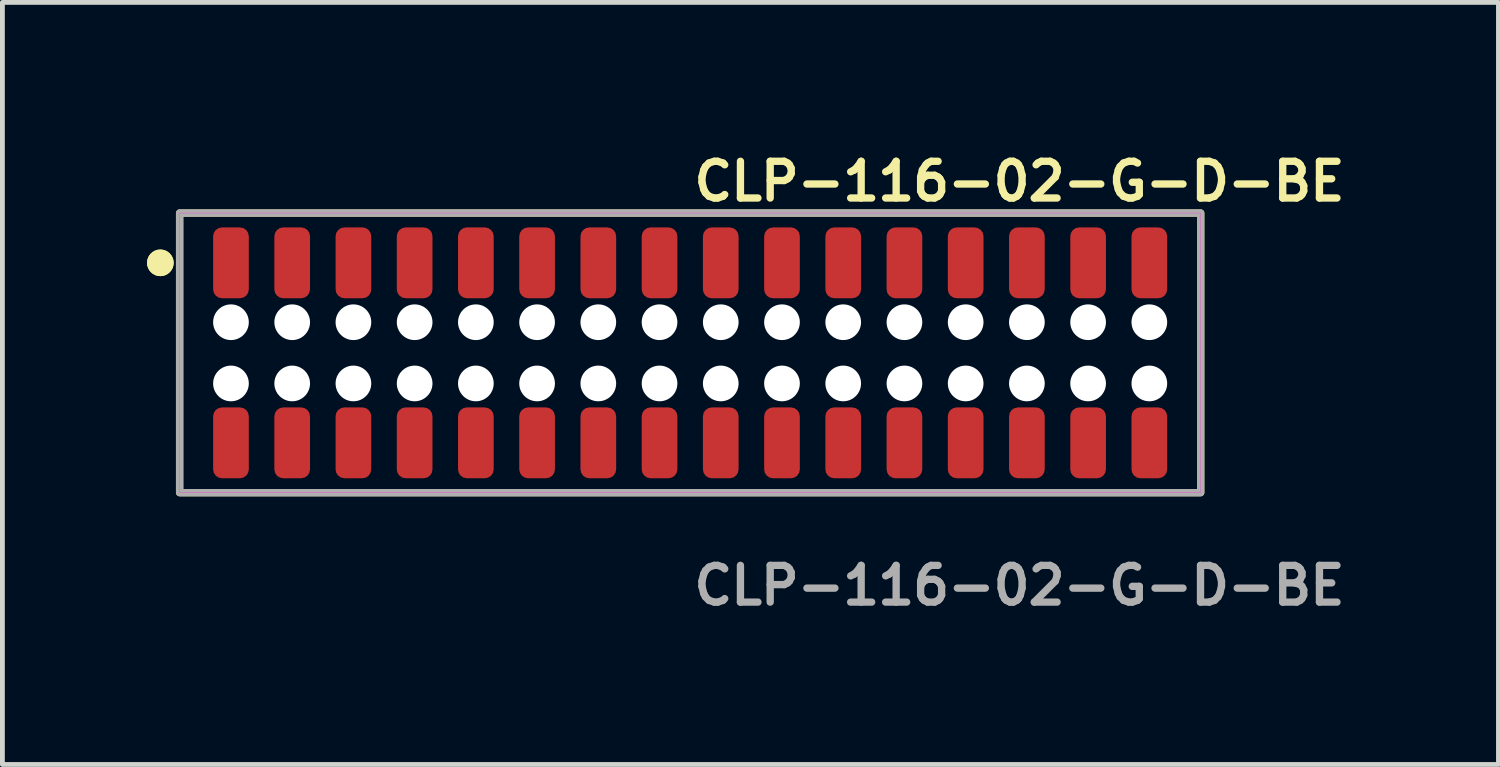
<source format=kicad_pcb>
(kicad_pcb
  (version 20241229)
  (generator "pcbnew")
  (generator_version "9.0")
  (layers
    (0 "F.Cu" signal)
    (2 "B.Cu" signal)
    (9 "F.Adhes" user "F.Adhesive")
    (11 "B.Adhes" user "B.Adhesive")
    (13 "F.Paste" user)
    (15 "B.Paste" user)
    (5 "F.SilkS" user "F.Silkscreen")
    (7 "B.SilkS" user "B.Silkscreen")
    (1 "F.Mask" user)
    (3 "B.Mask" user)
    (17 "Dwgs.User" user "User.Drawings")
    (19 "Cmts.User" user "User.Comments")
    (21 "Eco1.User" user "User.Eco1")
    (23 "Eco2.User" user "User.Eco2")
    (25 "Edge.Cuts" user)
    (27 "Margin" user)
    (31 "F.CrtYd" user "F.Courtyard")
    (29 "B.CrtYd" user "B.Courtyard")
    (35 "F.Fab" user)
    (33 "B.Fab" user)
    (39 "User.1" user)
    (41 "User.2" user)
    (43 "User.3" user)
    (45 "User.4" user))
  (footprint "CLP-116-02-G-D-BE"
    (layer "F.Cu")
    (at 11.266 4.269)
    (property "Reference" "CLP-116-02-G-D-BE" (at 0 -3.556 0) (unlocked yes) (layer "F.SilkS") (effects (font (size 0.762 0.762) (thickness 0.152)) (justify left)))
    (fp_rect (start -10.59 2.9) (end 10.59 -2.9) (stroke (width 0.152) (type solid)) (fill no) (layer "F.SilkS"))
    (fp_circle (center -10.99 -1.867) (end -11.19 -1.867) (stroke (width 0.152) (type solid)) (fill yes) (layer "F.SilkS"))
    (fp_circle (center -10.99 -1.867) (end -11.19 -1.867) (stroke (width 0.152) (type solid)) (fill yes) (layer "F.SilkS"))
    (fp_rect (start -10.59 2.9) (end 10.59 -2.9) (stroke (width 0.006) (type solid)) (fill no) (layer "F.CrtYd"))
    (fp_rect (start -10.59 2.9) (end 10.59 -2.9) (stroke (width 0.152) (type solid)) (fill no) (layer "F.Fab"))
    (fp_text user "${REFERENCE}" (at 0 4.826 0) (unlocked yes) (layer "F.Fab") (effects (font (size 0.762 0.762) (thickness 0.152)) (justify left)))
    (pad "" np_thru_hole circle (at -9.525 -0.635) (size 0.74 0.74) (drill 0.74) (layers "*.Cu" "*.Mask"))
    (pad "" np_thru_hole circle (at -9.525 0.635) (size 0.74 0.74) (drill 0.74) (layers "*.Cu" "*.Mask"))
    (pad "" np_thru_hole circle (at -8.255 -0.635) (size 0.74 0.74) (drill 0.74) (layers "*.Cu" "*.Mask"))
    (pad "" np_thru_hole circle (at -8.255 0.635) (size 0.74 0.74) (drill 0.74) (layers "*.Cu" "*.Mask"))
    (pad "" np_thru_hole circle (at -6.985 -0.635) (size 0.74 0.74) (drill 0.74) (layers "*.Cu" "*.Mask"))
    (pad "" np_thru_hole circle (at -6.985 0.635) (size 0.74 0.74) (drill 0.74) (layers "*.Cu" "*.Mask"))
    (pad "" np_thru_hole circle (at -5.715 -0.635) (size 0.74 0.74) (drill 0.74) (layers "*.Cu" "*.Mask"))
    (pad "" np_thru_hole circle (at -5.715 0.635) (size 0.74 0.74) (drill 0.74) (layers "*.Cu" "*.Mask"))
    (pad "" np_thru_hole circle (at -4.445 -0.635) (size 0.74 0.74) (drill 0.74) (layers "*.Cu" "*.Mask"))
    (pad "" np_thru_hole circle (at -4.445 0.635) (size 0.74 0.74) (drill 0.74) (layers "*.Cu" "*.Mask"))
    (pad "" np_thru_hole circle (at -3.175 -0.635) (size 0.74 0.74) (drill 0.74) (layers "*.Cu" "*.Mask"))
    (pad "" np_thru_hole circle (at -3.175 0.635) (size 0.74 0.74) (drill 0.74) (layers "*.Cu" "*.Mask"))
    (pad "" np_thru_hole circle (at -1.905 -0.635) (size 0.74 0.74) (drill 0.74) (layers "*.Cu" "*.Mask"))
    (pad "" np_thru_hole circle (at -1.905 0.635) (size 0.74 0.74) (drill 0.74) (layers "*.Cu" "*.Mask"))
    (pad "" np_thru_hole circle (at -0.635 -0.635) (size 0.74 0.74) (drill 0.74) (layers "*.Cu" "*.Mask"))
    (pad "" np_thru_hole circle (at -0.635 0.635) (size 0.74 0.74) (drill 0.74) (layers "*.Cu" "*.Mask"))
    (pad "" np_thru_hole circle (at 0.635 -0.635) (size 0.74 0.74) (drill 0.74) (layers "*.Cu" "*.Mask"))
    (pad "" np_thru_hole circle (at 0.635 0.635) (size 0.74 0.74) (drill 0.74) (layers "*.Cu" "*.Mask"))
    (pad "" np_thru_hole circle (at 1.905 -0.635) (size 0.74 0.74) (drill 0.74) (layers "*.Cu" "*.Mask"))
    (pad "" np_thru_hole circle (at 1.905 0.635) (size 0.74 0.74) (drill 0.74) (layers "*.Cu" "*.Mask"))
    (pad "" np_thru_hole circle (at 3.175 -0.635) (size 0.74 0.74) (drill 0.74) (layers "*.Cu" "*.Mask"))
    (pad "" np_thru_hole circle (at 3.175 0.635) (size 0.74 0.74) (drill 0.74) (layers "*.Cu" "*.Mask"))
    (pad "" np_thru_hole circle (at 4.445 -0.635) (size 0.74 0.74) (drill 0.74) (layers "*.Cu" "*.Mask"))
    (pad "" np_thru_hole circle (at 4.445 0.635) (size 0.74 0.74) (drill 0.74) (layers "*.Cu" "*.Mask"))
    (pad "" np_thru_hole circle (at 5.715 -0.635) (size 0.74 0.74) (drill 0.74) (layers "*.Cu" "*.Mask"))
    (pad "" np_thru_hole circle (at 5.715 0.635) (size 0.74 0.74) (drill 0.74) (layers "*.Cu" "*.Mask"))
    (pad "" np_thru_hole circle (at 6.985 -0.635) (size 0.74 0.74) (drill 0.74) (layers "*.Cu" "*.Mask"))
    (pad "" np_thru_hole circle (at 6.985 0.635) (size 0.74 0.74) (drill 0.74) (layers "*.Cu" "*.Mask"))
    (pad "" np_thru_hole circle (at 8.255 -0.635) (size 0.74 0.74) (drill 0.74) (layers "*.Cu" "*.Mask"))
    (pad "" np_thru_hole circle (at 8.255 0.635) (size 0.74 0.74) (drill 0.74) (layers "*.Cu" "*.Mask"))
    (pad "" np_thru_hole circle (at 9.525 -0.635) (size 0.74 0.74) (drill 0.74) (layers "*.Cu" "*.Mask"))
    (pad "" np_thru_hole circle (at 9.525 0.635) (size 0.74 0.74) (drill 0.74) (layers "*.Cu" "*.Mask"))
    (pad "1" smd roundrect (at -9.525 -1.867) (size 0.74 1.47) (layers "F.Cu" "F.Paste") (roundrect_rratio 0.25))
    (pad "2" smd roundrect (at -9.525 1.867) (size 0.74 1.47) (layers "F.Cu" "F.Paste") (roundrect_rratio 0.25))
    (pad "3" smd roundrect (at -8.255 -1.867) (size 0.74 1.47) (layers "F.Cu" "F.Paste") (roundrect_rratio 0.25))
    (pad "4" smd roundrect (at -8.255 1.867) (size 0.74 1.47) (layers "F.Cu" "F.Paste") (roundrect_rratio 0.25))
    (pad "5" smd roundrect (at -6.985 -1.867) (size 0.74 1.47) (layers "F.Cu" "F.Paste") (roundrect_rratio 0.25))
    (pad "6" smd roundrect (at -6.985 1.867) (size 0.74 1.47) (layers "F.Cu" "F.Paste") (roundrect_rratio 0.25))
    (pad "7" smd roundrect (at -5.715 -1.867) (size 0.74 1.47) (layers "F.Cu" "F.Paste") (roundrect_rratio 0.25))
    (pad "8" smd roundrect (at -5.715 1.867) (size 0.74 1.47) (layers "F.Cu" "F.Paste") (roundrect_rratio 0.25))
    (pad "9" smd roundrect (at -4.445 -1.867) (size 0.74 1.47) (layers "F.Cu" "F.Paste") (roundrect_rratio 0.25))
    (pad "10" smd roundrect (at -4.445 1.867) (size 0.74 1.47) (layers "F.Cu" "F.Paste") (roundrect_rratio 0.25))
    (pad "11" smd roundrect (at -3.175 -1.867) (size 0.74 1.47) (layers "F.Cu" "F.Paste") (roundrect_rratio 0.25))
    (pad "12" smd roundrect (at -3.175 1.867) (size 0.74 1.47) (layers "F.Cu" "F.Paste") (roundrect_rratio 0.25))
    (pad "13" smd roundrect (at -1.905 -1.867) (size 0.74 1.47) (layers "F.Cu" "F.Paste") (roundrect_rratio 0.25))
    (pad "14" smd roundrect (at -1.905 1.867) (size 0.74 1.47) (layers "F.Cu" "F.Paste") (roundrect_rratio 0.25))
    (pad "15" smd roundrect (at -0.635 -1.867) (size 0.74 1.47) (layers "F.Cu" "F.Paste") (roundrect_rratio 0.25))
    (pad "16" smd roundrect (at -0.635 1.867) (size 0.74 1.47) (layers "F.Cu" "F.Paste") (roundrect_rratio 0.25))
    (pad "17" smd roundrect (at 0.635 -1.867) (size 0.74 1.47) (layers "F.Cu" "F.Paste") (roundrect_rratio 0.25))
    (pad "18" smd roundrect (at 0.635 1.867) (size 0.74 1.47) (layers "F.Cu" "F.Paste") (roundrect_rratio 0.25))
    (pad "19" smd roundrect (at 1.905 -1.867) (size 0.74 1.47) (layers "F.Cu" "F.Paste") (roundrect_rratio 0.25))
    (pad "20" smd roundrect (at 1.905 1.867) (size 0.74 1.47) (layers "F.Cu" "F.Paste") (roundrect_rratio 0.25))
    (pad "21" smd roundrect (at 3.175 -1.867) (size 0.74 1.47) (layers "F.Cu" "F.Paste") (roundrect_rratio 0.25))
    (pad "22" smd roundrect (at 3.175 1.867) (size 0.74 1.47) (layers "F.Cu" "F.Paste") (roundrect_rratio 0.25))
    (pad "23" smd roundrect (at 4.445 -1.867) (size 0.74 1.47) (layers "F.Cu" "F.Paste") (roundrect_rratio 0.25))
    (pad "24" smd roundrect (at 4.445 1.867) (size 0.74 1.47) (layers "F.Cu" "F.Paste") (roundrect_rratio 0.25))
    (pad "25" smd roundrect (at 5.715 -1.867) (size 0.74 1.47) (layers "F.Cu" "F.Paste") (roundrect_rratio 0.25))
    (pad "26" smd roundrect (at 5.715 1.867) (size 0.74 1.47) (layers "F.Cu" "F.Paste") (roundrect_rratio 0.25))
    (pad "27" smd roundrect (at 6.985 -1.867) (size 0.74 1.47) (layers "F.Cu" "F.Paste") (roundrect_rratio 0.25))
    (pad "28" smd roundrect (at 6.985 1.867) (size 0.74 1.47) (layers "F.Cu" "F.Paste") (roundrect_rratio 0.25))
    (pad "29" smd roundrect (at 8.255 -1.867) (size 0.74 1.47) (layers "F.Cu" "F.Paste") (roundrect_rratio 0.25))
    (pad "30" smd roundrect (at 8.255 1.867) (size 0.74 1.47) (layers "F.Cu" "F.Paste") (roundrect_rratio 0.25))
    (pad "31" smd roundrect (at 9.525 -1.867) (size 0.74 1.47) (layers "F.Cu" "F.Paste") (roundrect_rratio 0.25))
    (pad "32" smd roundrect (at 9.525 1.867) (size 0.74 1.47) (layers "F.Cu" "F.Paste") (roundrect_rratio 0.25)))
  (gr_rect
    (start -3 -3)
    (end 28.033 12.808)
    (stroke (width 0.1) (type default))
    (fill no)
    (layer "Edge.Cuts")))
</source>
